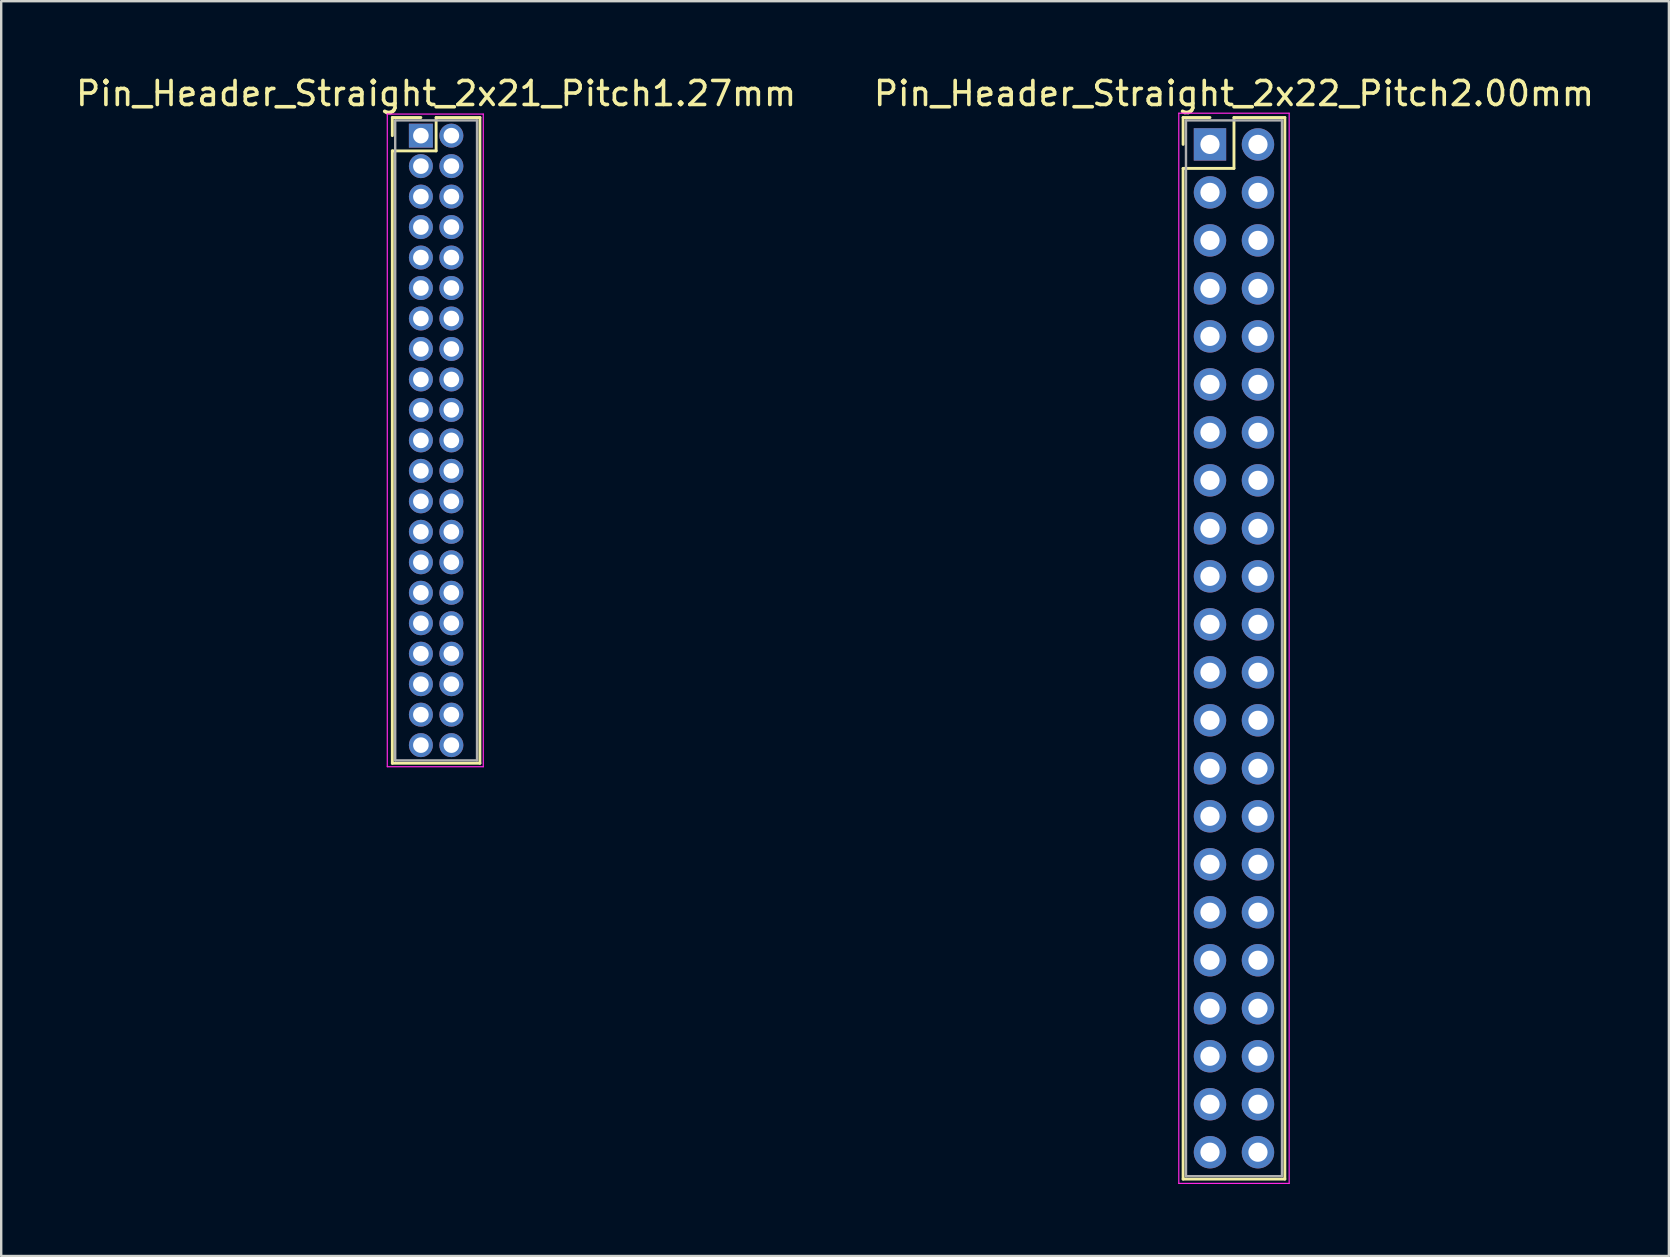
<source format=kicad_pcb>
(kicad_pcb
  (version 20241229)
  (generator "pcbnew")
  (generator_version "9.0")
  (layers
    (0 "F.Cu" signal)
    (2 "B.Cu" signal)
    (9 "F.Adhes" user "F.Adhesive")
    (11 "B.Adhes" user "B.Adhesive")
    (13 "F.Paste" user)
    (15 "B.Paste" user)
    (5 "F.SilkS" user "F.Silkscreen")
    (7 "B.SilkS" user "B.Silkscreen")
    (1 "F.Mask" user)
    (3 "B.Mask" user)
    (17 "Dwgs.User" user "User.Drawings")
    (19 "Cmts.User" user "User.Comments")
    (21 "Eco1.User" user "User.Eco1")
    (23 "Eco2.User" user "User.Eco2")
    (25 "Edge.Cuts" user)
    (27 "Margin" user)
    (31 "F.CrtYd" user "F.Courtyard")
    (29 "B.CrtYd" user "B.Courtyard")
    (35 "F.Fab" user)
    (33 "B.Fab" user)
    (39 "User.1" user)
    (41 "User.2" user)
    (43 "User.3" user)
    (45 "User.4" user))
  (footprint "Pin_Header_Straight_2x21_Pitch1.27mm"
    (layer "F.Cu")
    (at 14.49 2.603)
    (property "Reference" "Pin_Header_Straight_2x21_Pitch1.27mm" (at 0.635 -1.755 0) (layer "F.SilkS") (effects (font (size 1 1) (thickness 0.15))))
    (attr through_hole)
    (fp_line (start -1.19 -0.755) (end 0 -0.755) (stroke (width 0.12) (type solid)) (layer "F.SilkS"))
    (fp_line (start -1.19 0) (end -1.19 -0.755) (stroke (width 0.12) (type solid)) (layer "F.SilkS"))
    (fp_line (start -1.19 0.635) (end -1.19 26.155) (stroke (width 0.12) (type solid)) (layer "F.SilkS"))
    (fp_line (start -1.19 26.155) (end 2.46 26.155) (stroke (width 0.12) (type solid)) (layer "F.SilkS"))
    (fp_line (start 0.635 -0.755) (end 0.635 0.635) (stroke (width 0.12) (type solid)) (layer "F.SilkS"))
    (fp_line (start 0.635 0.635) (end -1.19 0.635) (stroke (width 0.12) (type solid)) (layer "F.SilkS"))
    (fp_line (start 2.46 -0.755) (end 0.635 -0.755) (stroke (width 0.12) (type solid)) (layer "F.SilkS"))
    (fp_line (start 2.46 26.155) (end 2.46 -0.755) (stroke (width 0.12) (type solid)) (layer "F.SilkS"))
    (fp_line (start -1.4 -0.9) (end -1.4 26.3) (stroke (width 0.05) (type solid)) (layer "F.CrtYd"))
    (fp_line (start -1.4 26.3) (end 2.6 26.3) (stroke (width 0.05) (type solid)) (layer "F.CrtYd"))
    (fp_line (start 2.6 -0.9) (end -1.4 -0.9) (stroke (width 0.05) (type solid)) (layer "F.CrtYd"))
    (fp_line (start 2.6 26.3) (end 2.6 -0.9) (stroke (width 0.05) (type solid)) (layer "F.CrtYd"))
    (fp_line (start -1.07 -0.635) (end -1.07 26.035) (stroke (width 0.1) (type solid)) (layer "F.Fab"))
    (fp_line (start -1.07 26.035) (end 2.34 26.035) (stroke (width 0.1) (type solid)) (layer "F.Fab"))
    (fp_line (start 2.34 -0.635) (end -1.07 -0.635) (stroke (width 0.1) (type solid)) (layer "F.Fab"))
    (fp_line (start 2.34 26.035) (end 2.34 -0.635) (stroke (width 0.1) (type solid)) (layer "F.Fab"))
    (pad "1" thru_hole rect (at 0 0) (size 1 1) (drill 0.65) (layers "*.Cu" "*.Mask"))
    (pad "2" thru_hole oval (at 1.27 0) (size 1 1) (drill 0.65) (layers "*.Cu" "*.Mask"))
    (pad "3" thru_hole oval (at 0 1.27) (size 1 1) (drill 0.65) (layers "*.Cu" "*.Mask"))
    (pad "4" thru_hole oval (at 1.27 1.27) (size 1 1) (drill 0.65) (layers "*.Cu" "*.Mask"))
    (pad "5" thru_hole oval (at 0 2.54) (size 1 1) (drill 0.65) (layers "*.Cu" "*.Mask"))
    (pad "6" thru_hole oval (at 1.27 2.54) (size 1 1) (drill 0.65) (layers "*.Cu" "*.Mask"))
    (pad "7" thru_hole oval (at 0 3.81) (size 1 1) (drill 0.65) (layers "*.Cu" "*.Mask"))
    (pad "8" thru_hole oval (at 1.27 3.81) (size 1 1) (drill 0.65) (layers "*.Cu" "*.Mask"))
    (pad "9" thru_hole oval (at 0 5.08) (size 1 1) (drill 0.65) (layers "*.Cu" "*.Mask"))
    (pad "10" thru_hole oval (at 1.27 5.08) (size 1 1) (drill 0.65) (layers "*.Cu" "*.Mask"))
    (pad "11" thru_hole oval (at 0 6.35) (size 1 1) (drill 0.65) (layers "*.Cu" "*.Mask"))
    (pad "12" thru_hole oval (at 1.27 6.35) (size 1 1) (drill 0.65) (layers "*.Cu" "*.Mask"))
    (pad "13" thru_hole oval (at 0 7.62) (size 1 1) (drill 0.65) (layers "*.Cu" "*.Mask"))
    (pad "14" thru_hole oval (at 1.27 7.62) (size 1 1) (drill 0.65) (layers "*.Cu" "*.Mask"))
    (pad "15" thru_hole oval (at 0 8.89) (size 1 1) (drill 0.65) (layers "*.Cu" "*.Mask"))
    (pad "16" thru_hole oval (at 1.27 8.89) (size 1 1) (drill 0.65) (layers "*.Cu" "*.Mask"))
    (pad "17" thru_hole oval (at 0 10.16) (size 1 1) (drill 0.65) (layers "*.Cu" "*.Mask"))
    (pad "18" thru_hole oval (at 1.27 10.16) (size 1 1) (drill 0.65) (layers "*.Cu" "*.Mask"))
    (pad "19" thru_hole oval (at 0 11.43) (size 1 1) (drill 0.65) (layers "*.Cu" "*.Mask"))
    (pad "20" thru_hole oval (at 1.27 11.43) (size 1 1) (drill 0.65) (layers "*.Cu" "*.Mask"))
    (pad "21" thru_hole oval (at 0 12.7) (size 1 1) (drill 0.65) (layers "*.Cu" "*.Mask"))
    (pad "22" thru_hole oval (at 1.27 12.7) (size 1 1) (drill 0.65) (layers "*.Cu" "*.Mask"))
    (pad "23" thru_hole oval (at 0 13.97) (size 1 1) (drill 0.65) (layers "*.Cu" "*.Mask"))
    (pad "24" thru_hole oval (at 1.27 13.97) (size 1 1) (drill 0.65) (layers "*.Cu" "*.Mask"))
    (pad "25" thru_hole oval (at 0 15.24) (size 1 1) (drill 0.65) (layers "*.Cu" "*.Mask"))
    (pad "26" thru_hole oval (at 1.27 15.24) (size 1 1) (drill 0.65) (layers "*.Cu" "*.Mask"))
    (pad "27" thru_hole oval (at 0 16.51) (size 1 1) (drill 0.65) (layers "*.Cu" "*.Mask"))
    (pad "28" thru_hole oval (at 1.27 16.51) (size 1 1) (drill 0.65) (layers "*.Cu" "*.Mask"))
    (pad "29" thru_hole oval (at 0 17.78) (size 1 1) (drill 0.65) (layers "*.Cu" "*.Mask"))
    (pad "30" thru_hole oval (at 1.27 17.78) (size 1 1) (drill 0.65) (layers "*.Cu" "*.Mask"))
    (pad "31" thru_hole oval (at 0 19.05) (size 1 1) (drill 0.65) (layers "*.Cu" "*.Mask"))
    (pad "32" thru_hole oval (at 1.27 19.05) (size 1 1) (drill 0.65) (layers "*.Cu" "*.Mask"))
    (pad "33" thru_hole oval (at 0 20.32) (size 1 1) (drill 0.65) (layers "*.Cu" "*.Mask"))
    (pad "34" thru_hole oval (at 1.27 20.32) (size 1 1) (drill 0.65) (layers "*.Cu" "*.Mask"))
    (pad "35" thru_hole oval (at 0 21.59) (size 1 1) (drill 0.65) (layers "*.Cu" "*.Mask"))
    (pad "36" thru_hole oval (at 1.27 21.59) (size 1 1) (drill 0.65) (layers "*.Cu" "*.Mask"))
    (pad "37" thru_hole oval (at 0 22.86) (size 1 1) (drill 0.65) (layers "*.Cu" "*.Mask"))
    (pad "38" thru_hole oval (at 1.27 22.86) (size 1 1) (drill 0.65) (layers "*.Cu" "*.Mask"))
    (pad "39" thru_hole oval (at 0 24.13) (size 1 1) (drill 0.65) (layers "*.Cu" "*.Mask"))
    (pad "40" thru_hole oval (at 1.27 24.13) (size 1 1) (drill 0.65) (layers "*.Cu" "*.Mask"))
    (pad "41" thru_hole oval (at 0 25.4) (size 1 1) (drill 0.65) (layers "*.Cu" "*.Mask"))
    (pad "42" thru_hole oval (at 1.27 25.4) (size 1 1) (drill 0.65) (layers "*.Cu" "*.Mask")))
  (footprint "Pin_Header_Straight_2x22_Pitch2.00mm"
    (layer "F.Cu")
    (at 47.375 2.968)
    (property "Reference" "Pin_Header_Straight_2x22_Pitch2.00mm" (at 1 -2.12 0) (layer "F.SilkS") (effects (font (size 1 1) (thickness 0.15))))
    (attr through_hole)
    (fp_line (start -1.12 -1.12) (end 0 -1.12) (stroke (width 0.12) (type solid)) (layer "F.SilkS"))
    (fp_line (start -1.12 0) (end -1.12 -1.12) (stroke (width 0.12) (type solid)) (layer "F.SilkS"))
    (fp_line (start -1.12 1) (end -1.12 43.12) (stroke (width 0.12) (type solid)) (layer "F.SilkS"))
    (fp_line (start -1.12 43.12) (end 3.12 43.12) (stroke (width 0.12) (type solid)) (layer "F.SilkS"))
    (fp_line (start 1 -1.12) (end 1 1) (stroke (width 0.12) (type solid)) (layer "F.SilkS"))
    (fp_line (start 1 1) (end -1.12 1) (stroke (width 0.12) (type solid)) (layer "F.SilkS"))
    (fp_line (start 3.12 -1.12) (end 1 -1.12) (stroke (width 0.12) (type solid)) (layer "F.SilkS"))
    (fp_line (start 3.12 43.12) (end 3.12 -1.12) (stroke (width 0.12) (type solid)) (layer "F.SilkS"))
    (fp_line (start -1.3 -1.3) (end -1.3 43.3) (stroke (width 0.05) (type solid)) (layer "F.CrtYd"))
    (fp_line (start -1.3 43.3) (end 3.3 43.3) (stroke (width 0.05) (type solid)) (layer "F.CrtYd"))
    (fp_line (start 3.3 -1.3) (end -1.3 -1.3) (stroke (width 0.05) (type solid)) (layer "F.CrtYd"))
    (fp_line (start 3.3 43.3) (end 3.3 -1.3) (stroke (width 0.05) (type solid)) (layer "F.CrtYd"))
    (fp_line (start -1 -1) (end -1 43) (stroke (width 0.1) (type solid)) (layer "F.Fab"))
    (fp_line (start -1 43) (end 3 43) (stroke (width 0.1) (type solid)) (layer "F.Fab"))
    (fp_line (start 3 -1) (end -1 -1) (stroke (width 0.1) (type solid)) (layer "F.Fab"))
    (fp_line (start 3 43) (end 3 -1) (stroke (width 0.1) (type solid)) (layer "F.Fab"))
    (pad "1" thru_hole rect (at 0 0) (size 1.35 1.35) (drill 0.8) (layers "*.Cu" "*.Mask"))
    (pad "2" thru_hole oval (at 2 0) (size 1.35 1.35) (drill 0.8) (layers "*.Cu" "*.Mask"))
    (pad "3" thru_hole oval (at 0 2) (size 1.35 1.35) (drill 0.8) (layers "*.Cu" "*.Mask"))
    (pad "4" thru_hole oval (at 2 2) (size 1.35 1.35) (drill 0.8) (layers "*.Cu" "*.Mask"))
    (pad "5" thru_hole oval (at 0 4) (size 1.35 1.35) (drill 0.8) (layers "*.Cu" "*.Mask"))
    (pad "6" thru_hole oval (at 2 4) (size 1.35 1.35) (drill 0.8) (layers "*.Cu" "*.Mask"))
    (pad "7" thru_hole oval (at 0 6) (size 1.35 1.35) (drill 0.8) (layers "*.Cu" "*.Mask"))
    (pad "8" thru_hole oval (at 2 6) (size 1.35 1.35) (drill 0.8) (layers "*.Cu" "*.Mask"))
    (pad "9" thru_hole oval (at 0 8) (size 1.35 1.35) (drill 0.8) (layers "*.Cu" "*.Mask"))
    (pad "10" thru_hole oval (at 2 8) (size 1.35 1.35) (drill 0.8) (layers "*.Cu" "*.Mask"))
    (pad "11" thru_hole oval (at 0 10) (size 1.35 1.35) (drill 0.8) (layers "*.Cu" "*.Mask"))
    (pad "12" thru_hole oval (at 2 10) (size 1.35 1.35) (drill 0.8) (layers "*.Cu" "*.Mask"))
    (pad "13" thru_hole oval (at 0 12) (size 1.35 1.35) (drill 0.8) (layers "*.Cu" "*.Mask"))
    (pad "14" thru_hole oval (at 2 12) (size 1.35 1.35) (drill 0.8) (layers "*.Cu" "*.Mask"))
    (pad "15" thru_hole oval (at 0 14) (size 1.35 1.35) (drill 0.8) (layers "*.Cu" "*.Mask"))
    (pad "16" thru_hole oval (at 2 14) (size 1.35 1.35) (drill 0.8) (layers "*.Cu" "*.Mask"))
    (pad "17" thru_hole oval (at 0 16) (size 1.35 1.35) (drill 0.8) (layers "*.Cu" "*.Mask"))
    (pad "18" thru_hole oval (at 2 16) (size 1.35 1.35) (drill 0.8) (layers "*.Cu" "*.Mask"))
    (pad "19" thru_hole oval (at 0 18) (size 1.35 1.35) (drill 0.8) (layers "*.Cu" "*.Mask"))
    (pad "20" thru_hole oval (at 2 18) (size 1.35 1.35) (drill 0.8) (layers "*.Cu" "*.Mask"))
    (pad "21" thru_hole oval (at 0 20) (size 1.35 1.35) (drill 0.8) (layers "*.Cu" "*.Mask"))
    (pad "22" thru_hole oval (at 2 20) (size 1.35 1.35) (drill 0.8) (layers "*.Cu" "*.Mask"))
    (pad "23" thru_hole oval (at 0 22) (size 1.35 1.35) (drill 0.8) (layers "*.Cu" "*.Mask"))
    (pad "24" thru_hole oval (at 2 22) (size 1.35 1.35) (drill 0.8) (layers "*.Cu" "*.Mask"))
    (pad "25" thru_hole oval (at 0 24) (size 1.35 1.35) (drill 0.8) (layers "*.Cu" "*.Mask"))
    (pad "26" thru_hole oval (at 2 24) (size 1.35 1.35) (drill 0.8) (layers "*.Cu" "*.Mask"))
    (pad "27" thru_hole oval (at 0 26) (size 1.35 1.35) (drill 0.8) (layers "*.Cu" "*.Mask"))
    (pad "28" thru_hole oval (at 2 26) (size 1.35 1.35) (drill 0.8) (layers "*.Cu" "*.Mask"))
    (pad "29" thru_hole oval (at 0 28) (size 1.35 1.35) (drill 0.8) (layers "*.Cu" "*.Mask"))
    (pad "30" thru_hole oval (at 2 28) (size 1.35 1.35) (drill 0.8) (layers "*.Cu" "*.Mask"))
    (pad "31" thru_hole oval (at 0 30) (size 1.35 1.35) (drill 0.8) (layers "*.Cu" "*.Mask"))
    (pad "32" thru_hole oval (at 2 30) (size 1.35 1.35) (drill 0.8) (layers "*.Cu" "*.Mask"))
    (pad "33" thru_hole oval (at 0 32) (size 1.35 1.35) (drill 0.8) (layers "*.Cu" "*.Mask"))
    (pad "34" thru_hole oval (at 2 32) (size 1.35 1.35) (drill 0.8) (layers "*.Cu" "*.Mask"))
    (pad "35" thru_hole oval (at 0 34) (size 1.35 1.35) (drill 0.8) (layers "*.Cu" "*.Mask"))
    (pad "36" thru_hole oval (at 2 34) (size 1.35 1.35) (drill 0.8) (layers "*.Cu" "*.Mask"))
    (pad "37" thru_hole oval (at 0 36) (size 1.35 1.35) (drill 0.8) (layers "*.Cu" "*.Mask"))
    (pad "38" thru_hole oval (at 2 36) (size 1.35 1.35) (drill 0.8) (layers "*.Cu" "*.Mask"))
    (pad "39" thru_hole oval (at 0 38) (size 1.35 1.35) (drill 0.8) (layers "*.Cu" "*.Mask"))
    (pad "40" thru_hole oval (at 2 38) (size 1.35 1.35) (drill 0.8) (layers "*.Cu" "*.Mask"))
    (pad "41" thru_hole oval (at 0 40) (size 1.35 1.35) (drill 0.8) (layers "*.Cu" "*.Mask"))
    (pad "42" thru_hole oval (at 2 40) (size 1.35 1.35) (drill 0.8) (layers "*.Cu" "*.Mask"))
    (pad "43" thru_hole oval (at 0 42) (size 1.35 1.35) (drill 0.8) (layers "*.Cu" "*.Mask"))
    (pad "44" thru_hole oval (at 2 42) (size 1.35 1.35) (drill 0.8) (layers "*.Cu" "*.Mask")))
  (gr_rect
    (start -3 -3)
    (end 66.5 49.293)
    (stroke (width 0.1) (type default))
    (fill no)
    (layer "Edge.Cuts")))
</source>
